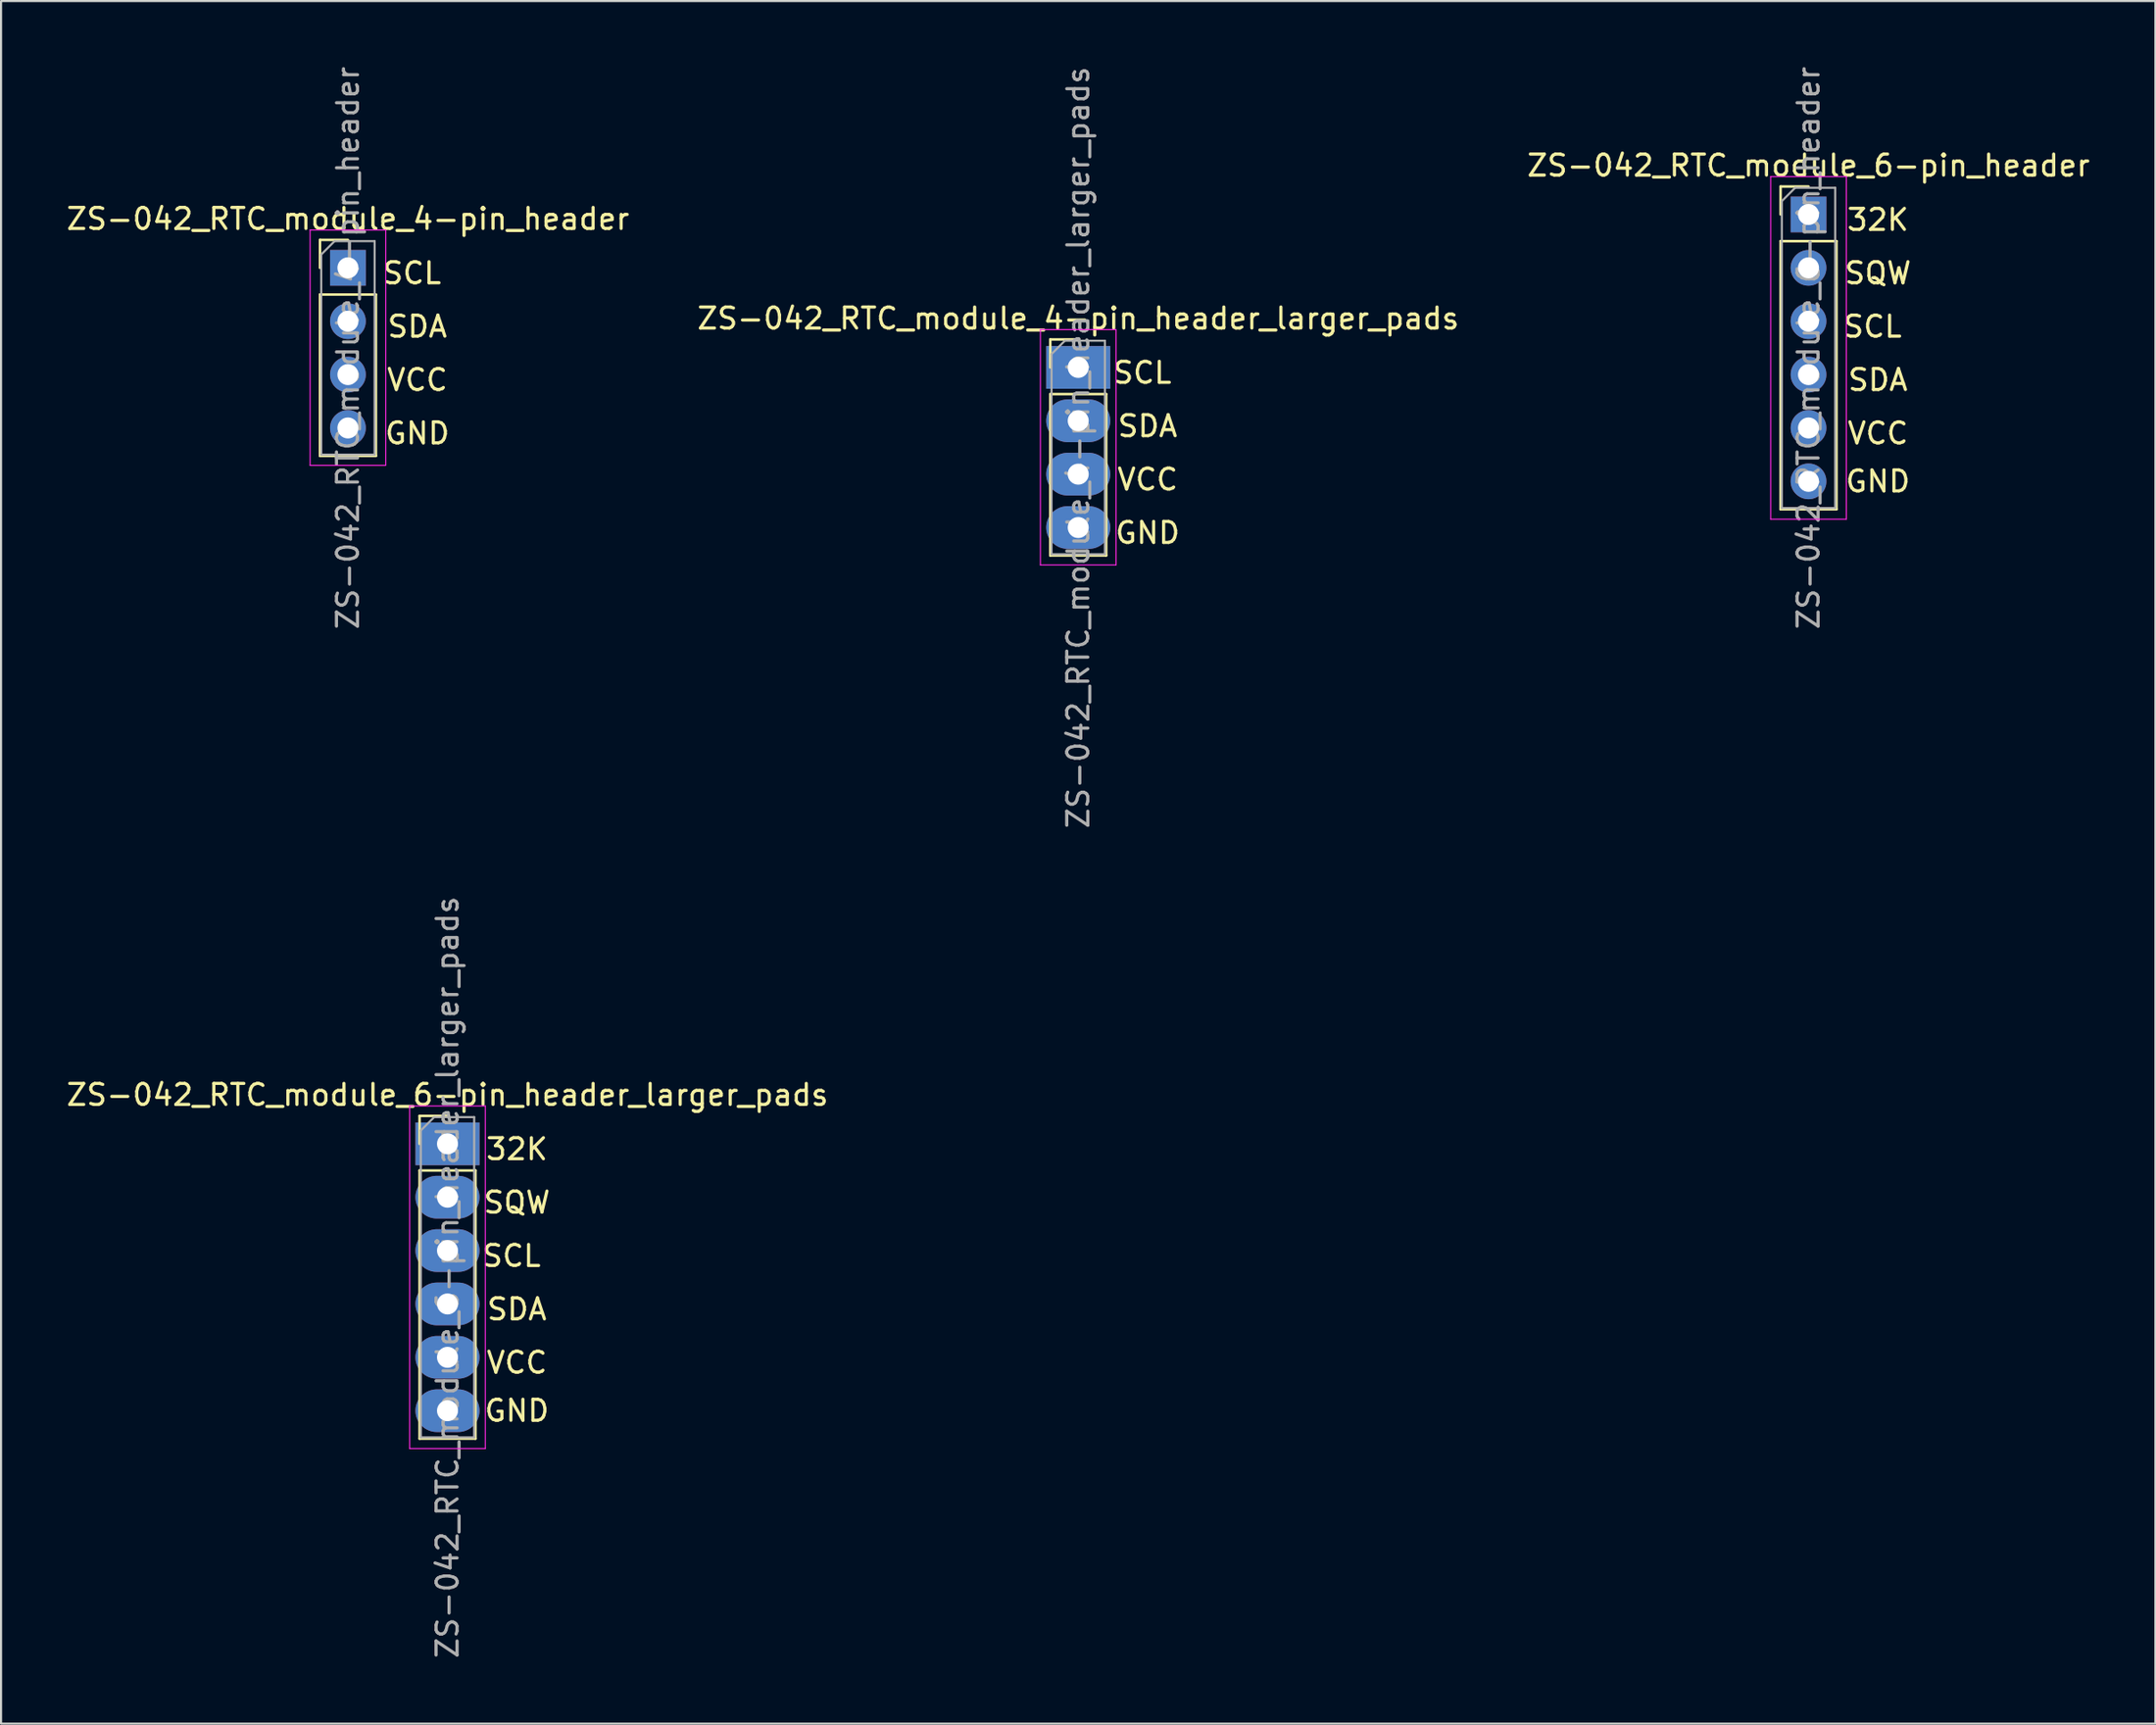
<source format=kicad_pcb>
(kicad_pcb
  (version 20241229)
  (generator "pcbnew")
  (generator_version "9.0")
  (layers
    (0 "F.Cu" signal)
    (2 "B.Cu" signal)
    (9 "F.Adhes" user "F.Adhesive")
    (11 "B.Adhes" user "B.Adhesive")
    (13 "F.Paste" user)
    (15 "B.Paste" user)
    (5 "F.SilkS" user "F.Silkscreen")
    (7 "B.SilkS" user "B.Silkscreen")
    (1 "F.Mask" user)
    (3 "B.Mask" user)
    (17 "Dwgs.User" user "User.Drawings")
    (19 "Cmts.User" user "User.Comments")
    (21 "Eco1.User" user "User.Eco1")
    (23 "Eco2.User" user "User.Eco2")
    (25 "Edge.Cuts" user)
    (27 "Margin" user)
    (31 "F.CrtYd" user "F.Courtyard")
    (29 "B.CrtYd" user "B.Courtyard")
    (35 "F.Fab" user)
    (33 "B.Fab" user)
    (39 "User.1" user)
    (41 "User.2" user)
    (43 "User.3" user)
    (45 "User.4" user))
  (footprint "ZS-042_RTC_module_4-pin_header_larger_pads"
    (layer "F.Cu")
    (at 48.256 14.434)
    (property "Reference" "ZS-042_RTC_module_4-pin_header_larger_pads" (at 0 -2.33 0) (layer "F.SilkS") (effects (font (size 1 1) (thickness 0.15))))
    (attr through_hole)
    (fp_line (start -1.33 -1.33) (end 0 -1.33) (stroke (width 0.12) (type solid)) (layer "F.SilkS"))
    (fp_line (start -1.33 0) (end -1.33 -1.33) (stroke (width 0.12) (type solid)) (layer "F.SilkS"))
    (fp_line (start -1.33 1.27) (end -1.33 8.95) (stroke (width 0.12) (type solid)) (layer "F.SilkS"))
    (fp_line (start -1.33 1.27) (end 1.33 1.27) (stroke (width 0.12) (type solid)) (layer "F.SilkS"))
    (fp_line (start -1.33 8.95) (end 1.33 8.95) (stroke (width 0.12) (type solid)) (layer "F.SilkS"))
    (fp_line (start 1.33 1.27) (end 1.33 8.95) (stroke (width 0.12) (type solid)) (layer "F.SilkS"))
    (fp_line (start -1.8 -1.8) (end -1.8 9.4) (stroke (width 0.05) (type solid)) (layer "F.CrtYd"))
    (fp_line (start -1.8 9.4) (end 1.8 9.4) (stroke (width 0.05) (type solid)) (layer "F.CrtYd"))
    (fp_line (start 1.8 -1.8) (end -1.8 -1.8) (stroke (width 0.05) (type solid)) (layer "F.CrtYd"))
    (fp_line (start 1.8 9.4) (end 1.8 -1.8) (stroke (width 0.05) (type solid)) (layer "F.CrtYd"))
    (fp_line (start -1.27 -0.635) (end -0.635 -1.27) (stroke (width 0.1) (type solid)) (layer "F.Fab"))
    (fp_line (start -1.27 8.89) (end -1.27 -0.635) (stroke (width 0.1) (type solid)) (layer "F.Fab"))
    (fp_line (start -0.635 -1.27) (end 1.27 -1.27) (stroke (width 0.1) (type solid)) (layer "F.Fab"))
    (fp_line (start 1.27 -1.27) (end 1.27 8.89) (stroke (width 0.1) (type solid)) (layer "F.Fab"))
    (fp_line (start 1.27 8.89) (end -1.27 8.89) (stroke (width 0.1) (type solid)) (layer "F.Fab"))
    (fp_text user "VCC" (at 3.302 5.334 0) (layer "F.SilkS") (effects (font (size 1 1) (thickness 0.15))))
    (fp_text user "SCL" (at 3.048 0.254 0) (layer "F.SilkS") (effects (font (size 1 1) (thickness 0.15))))
    (fp_text user "GND" (at 3.302 7.874 0) (layer "F.SilkS") (effects (font (size 1 1) (thickness 0.15))))
    (fp_text user "SDA" (at 3.302 2.794 0) (layer "F.SilkS") (effects (font (size 1 1) (thickness 0.15))))
    (fp_text user "${REFERENCE}" (at 0 3.81 90) (layer "F.Fab") (effects (font (size 1 1) (thickness 0.15))))
    (pad "1" thru_hole rect (at 0 0) (size 3.048 2.032) (drill 1) (layers "*.Cu" "*.Mask"))
    (pad "2" thru_hole oval (at 0 2.54) (size 3.048 2.032) (drill 1) (layers "*.Cu" "*.Mask"))
    (pad "3" thru_hole oval (at 0 5.08) (size 3.048 2.032) (drill 1) (layers "*.Cu" "*.Mask"))
    (pad "4" thru_hole oval (at 0 7.62) (size 3.048 2.032) (drill 1) (layers "*.Cu" "*.Mask")))
  (footprint "ZS-042_RTC_module_4-pin_header"
    (layer "F.Cu")
    (at 13.506 9.696)
    (property "Reference" "ZS-042_RTC_module_4-pin_header" (at 0 -2.33 0) (layer "F.SilkS") (effects (font (size 1 1) (thickness 0.15))))
    (attr through_hole)
    (fp_line (start -1.33 -1.33) (end 0 -1.33) (stroke (width 0.12) (type solid)) (layer "F.SilkS"))
    (fp_line (start -1.33 0) (end -1.33 -1.33) (stroke (width 0.12) (type solid)) (layer "F.SilkS"))
    (fp_line (start -1.33 1.27) (end -1.33 8.95) (stroke (width 0.12) (type solid)) (layer "F.SilkS"))
    (fp_line (start -1.33 1.27) (end 1.33 1.27) (stroke (width 0.12) (type solid)) (layer "F.SilkS"))
    (fp_line (start -1.33 8.95) (end 1.33 8.95) (stroke (width 0.12) (type solid)) (layer "F.SilkS"))
    (fp_line (start 1.33 1.27) (end 1.33 8.95) (stroke (width 0.12) (type solid)) (layer "F.SilkS"))
    (fp_line (start -1.8 -1.8) (end -1.8 9.4) (stroke (width 0.05) (type solid)) (layer "F.CrtYd"))
    (fp_line (start -1.8 9.4) (end 1.8 9.4) (stroke (width 0.05) (type solid)) (layer "F.CrtYd"))
    (fp_line (start 1.8 -1.8) (end -1.8 -1.8) (stroke (width 0.05) (type solid)) (layer "F.CrtYd"))
    (fp_line (start 1.8 9.4) (end 1.8 -1.8) (stroke (width 0.05) (type solid)) (layer "F.CrtYd"))
    (fp_line (start -1.27 -0.635) (end -0.635 -1.27) (stroke (width 0.1) (type solid)) (layer "F.Fab"))
    (fp_line (start -1.27 8.89) (end -1.27 -0.635) (stroke (width 0.1) (type solid)) (layer "F.Fab"))
    (fp_line (start -0.635 -1.27) (end 1.27 -1.27) (stroke (width 0.1) (type solid)) (layer "F.Fab"))
    (fp_line (start 1.27 -1.27) (end 1.27 8.89) (stroke (width 0.1) (type solid)) (layer "F.Fab"))
    (fp_line (start 1.27 8.89) (end -1.27 8.89) (stroke (width 0.1) (type solid)) (layer "F.Fab"))
    (fp_text user "VCC" (at 3.302 5.334 0) (layer "F.SilkS") (effects (font (size 1 1) (thickness 0.15))))
    (fp_text user "SDA" (at 3.302 2.794 0) (layer "F.SilkS") (effects (font (size 1 1) (thickness 0.15))))
    (fp_text user "GND" (at 3.302 7.874 0) (layer "F.SilkS") (effects (font (size 1 1) (thickness 0.15))))
    (fp_text user "SCL" (at 3.048 0.254 0) (layer "F.SilkS") (effects (font (size 1 1) (thickness 0.15))))
    (fp_text user "${REFERENCE}" (at 0 3.81 90) (layer "F.Fab") (effects (font (size 1 1) (thickness 0.15))))
    (pad "1" thru_hole rect (at 0 0) (size 1.7 1.7) (drill 1) (layers "*.Cu" "*.Mask"))
    (pad "2" thru_hole oval (at 0 2.54) (size 1.7 1.7) (drill 1) (layers "*.Cu" "*.Mask"))
    (pad "3" thru_hole oval (at 0 5.08) (size 1.7 1.7) (drill 1) (layers "*.Cu" "*.Mask"))
    (pad "4" thru_hole oval (at 0 7.62) (size 1.7 1.7) (drill 1) (layers "*.Cu" "*.Mask")))
  (footprint "ZS-042_RTC_module_6-pin_header"
    (layer "F.Cu")
    (at 83.006 7.156)
    (property "Reference" "ZS-042_RTC_module_6-pin_header" (at 0 -2.33 0) (layer "F.SilkS") (effects (font (size 1 1) (thickness 0.15))))
    (attr through_hole)
    (fp_line (start -1.33 -1.33) (end 0 -1.33) (stroke (width 0.12) (type solid)) (layer "F.SilkS"))
    (fp_line (start -1.33 0) (end -1.33 -1.33) (stroke (width 0.12) (type solid)) (layer "F.SilkS"))
    (fp_line (start -1.33 1.27) (end -1.33 14.03) (stroke (width 0.12) (type solid)) (layer "F.SilkS"))
    (fp_line (start -1.33 1.27) (end 1.33 1.27) (stroke (width 0.12) (type solid)) (layer "F.SilkS"))
    (fp_line (start -1.33 14.03) (end 1.33 14.03) (stroke (width 0.12) (type solid)) (layer "F.SilkS"))
    (fp_line (start 1.33 1.27) (end 1.33 14.03) (stroke (width 0.12) (type solid)) (layer "F.SilkS"))
    (fp_line (start -1.8 -1.8) (end -1.8 14.5) (stroke (width 0.05) (type solid)) (layer "F.CrtYd"))
    (fp_line (start -1.8 14.5) (end 1.8 14.5) (stroke (width 0.05) (type solid)) (layer "F.CrtYd"))
    (fp_line (start 1.8 -1.8) (end -1.8 -1.8) (stroke (width 0.05) (type solid)) (layer "F.CrtYd"))
    (fp_line (start 1.8 14.5) (end 1.8 -1.8) (stroke (width 0.05) (type solid)) (layer "F.CrtYd"))
    (fp_line (start -1.27 -0.635) (end -0.635 -1.27) (stroke (width 0.1) (type solid)) (layer "F.Fab"))
    (fp_line (start -1.27 13.97) (end -1.27 -0.635) (stroke (width 0.1) (type solid)) (layer "F.Fab"))
    (fp_line (start -0.635 -1.27) (end 1.27 -1.27) (stroke (width 0.1) (type solid)) (layer "F.Fab"))
    (fp_line (start 1.27 -1.27) (end 1.27 13.97) (stroke (width 0.1) (type solid)) (layer "F.Fab"))
    (fp_line (start 1.27 13.97) (end -1.27 13.97) (stroke (width 0.1) (type solid)) (layer "F.Fab"))
    (fp_text user "GND" (at 3.302 12.7 0) (layer "F.SilkS") (effects (font (size 1 1) (thickness 0.15))))
    (fp_text user "SQW" (at 3.302 2.794 0) (layer "F.SilkS") (effects (font (size 1 1) (thickness 0.15))))
    (fp_text user "SCL" (at 3.048 5.334 0) (layer "F.SilkS") (effects (font (size 1 1) (thickness 0.15))))
    (fp_text user "SDA" (at 3.302 7.874 0) (layer "F.SilkS") (effects (font (size 1 1) (thickness 0.15))))
    (fp_text user "VCC" (at 3.302 10.414 0) (layer "F.SilkS") (effects (font (size 1 1) (thickness 0.15))))
    (fp_text user "32K" (at 3.302 0.254 0) (layer "F.SilkS") (effects (font (size 1 1) (thickness 0.15))))
    (fp_text user "${REFERENCE}" (at 0 6.35 90) (layer "F.Fab") (effects (font (size 1 1) (thickness 0.15))))
    (pad "1" thru_hole oval (at 0 5.08) (size 1.7 1.7) (drill 1) (layers "*.Cu" "*.Mask"))
    (pad "2" thru_hole oval (at 0 7.62) (size 1.7 1.7) (drill 1) (layers "*.Cu" "*.Mask"))
    (pad "3" thru_hole oval (at 0 10.16) (size 1.7 1.7) (drill 1) (layers "*.Cu" "*.Mask"))
    (pad "4" thru_hole oval (at 0 12.7) (size 1.7 1.7) (drill 1) (layers "*.Cu" "*.Mask"))
    (pad "5" thru_hole rect (at 0 0) (size 1.7 1.7) (drill 1) (layers "*.Cu" "*.Mask"))
    (pad "6" thru_hole oval (at 0 2.54) (size 1.7 1.7) (drill 1) (layers "*.Cu" "*.Mask")))
  (footprint "ZS-042_RTC_module_6-pin_header_larger_pads"
    (layer "F.Cu")
    (at 18.244 51.382)
    (property "Reference" "ZS-042_RTC_module_6-pin_header_larger_pads" (at 0 -2.33 0) (layer "F.SilkS") (effects (font (size 1 1) (thickness 0.15))))
    (attr through_hole)
    (fp_line (start -1.33 -1.33) (end 0 -1.33) (stroke (width 0.12) (type solid)) (layer "F.SilkS"))
    (fp_line (start -1.33 0) (end -1.33 -1.33) (stroke (width 0.12) (type solid)) (layer "F.SilkS"))
    (fp_line (start -1.33 1.27) (end -1.33 14.03) (stroke (width 0.12) (type solid)) (layer "F.SilkS"))
    (fp_line (start -1.33 1.27) (end 1.33 1.27) (stroke (width 0.12) (type solid)) (layer "F.SilkS"))
    (fp_line (start -1.33 14.03) (end 1.33 14.03) (stroke (width 0.12) (type solid)) (layer "F.SilkS"))
    (fp_line (start 1.33 1.27) (end 1.33 14.03) (stroke (width 0.12) (type solid)) (layer "F.SilkS"))
    (fp_line (start -1.8 -1.8) (end -1.8 14.5) (stroke (width 0.05) (type solid)) (layer "F.CrtYd"))
    (fp_line (start -1.8 14.5) (end 1.8 14.5) (stroke (width 0.05) (type solid)) (layer "F.CrtYd"))
    (fp_line (start 1.8 -1.8) (end -1.8 -1.8) (stroke (width 0.05) (type solid)) (layer "F.CrtYd"))
    (fp_line (start 1.8 14.5) (end 1.8 -1.8) (stroke (width 0.05) (type solid)) (layer "F.CrtYd"))
    (fp_line (start -1.27 -0.635) (end -0.635 -1.27) (stroke (width 0.1) (type solid)) (layer "F.Fab"))
    (fp_line (start -1.27 13.97) (end -1.27 -0.635) (stroke (width 0.1) (type solid)) (layer "F.Fab"))
    (fp_line (start -0.635 -1.27) (end 1.27 -1.27) (stroke (width 0.1) (type solid)) (layer "F.Fab"))
    (fp_line (start 1.27 -1.27) (end 1.27 13.97) (stroke (width 0.1) (type solid)) (layer "F.Fab"))
    (fp_line (start 1.27 13.97) (end -1.27 13.97) (stroke (width 0.1) (type solid)) (layer "F.Fab"))
    (fp_text user "GND" (at 3.302 12.7 0) (layer "F.SilkS") (effects (font (size 1 1) (thickness 0.15))))
    (fp_text user "SQW" (at 3.302 2.794 0) (layer "F.SilkS") (effects (font (size 1 1) (thickness 0.15))))
    (fp_text user "SCL" (at 3.048 5.334 0) (layer "F.SilkS") (effects (font (size 1 1) (thickness 0.15))))
    (fp_text user "VCC" (at 3.302 10.414 0) (layer "F.SilkS") (effects (font (size 1 1) (thickness 0.15))))
    (fp_text user "32K" (at 3.302 0.254 0) (layer "F.SilkS") (effects (font (size 1 1) (thickness 0.15))))
    (fp_text user "SDA" (at 3.302 7.874 0) (layer "F.SilkS") (effects (font (size 1 1) (thickness 0.15))))
    (fp_text user "${REFERENCE}" (at 0 6.35 90) (layer "F.Fab") (effects (font (size 1 1) (thickness 0.15))))
    (pad "1" thru_hole oval (at 0 5.08) (size 3.048 2.032) (drill 1) (layers "*.Cu" "*.Mask"))
    (pad "2" thru_hole oval (at 0 7.62) (size 3.048 2.032) (drill 1) (layers "*.Cu" "*.Mask"))
    (pad "3" thru_hole oval (at 0 10.16) (size 3.048 2.032) (drill 1) (layers "*.Cu" "*.Mask"))
    (pad "4" thru_hole oval (at 0 12.7) (size 3.048 2.032) (drill 1) (layers "*.Cu" "*.Mask"))
    (pad "5" thru_hole rect (at 0 0) (size 3.048 2.032) (drill 1) (layers "*.Cu" "*.Mask"))
    (pad "6" thru_hole oval (at 0 2.54) (size 3.048 2.032) (drill 1) (layers "*.Cu" "*.Mask")))
  (gr_rect
    (start -3 -3)
    (end 99.512 78.976)
    (stroke (width 0.1) (type default))
    (fill no)
    (layer "Edge.Cuts")))
</source>
